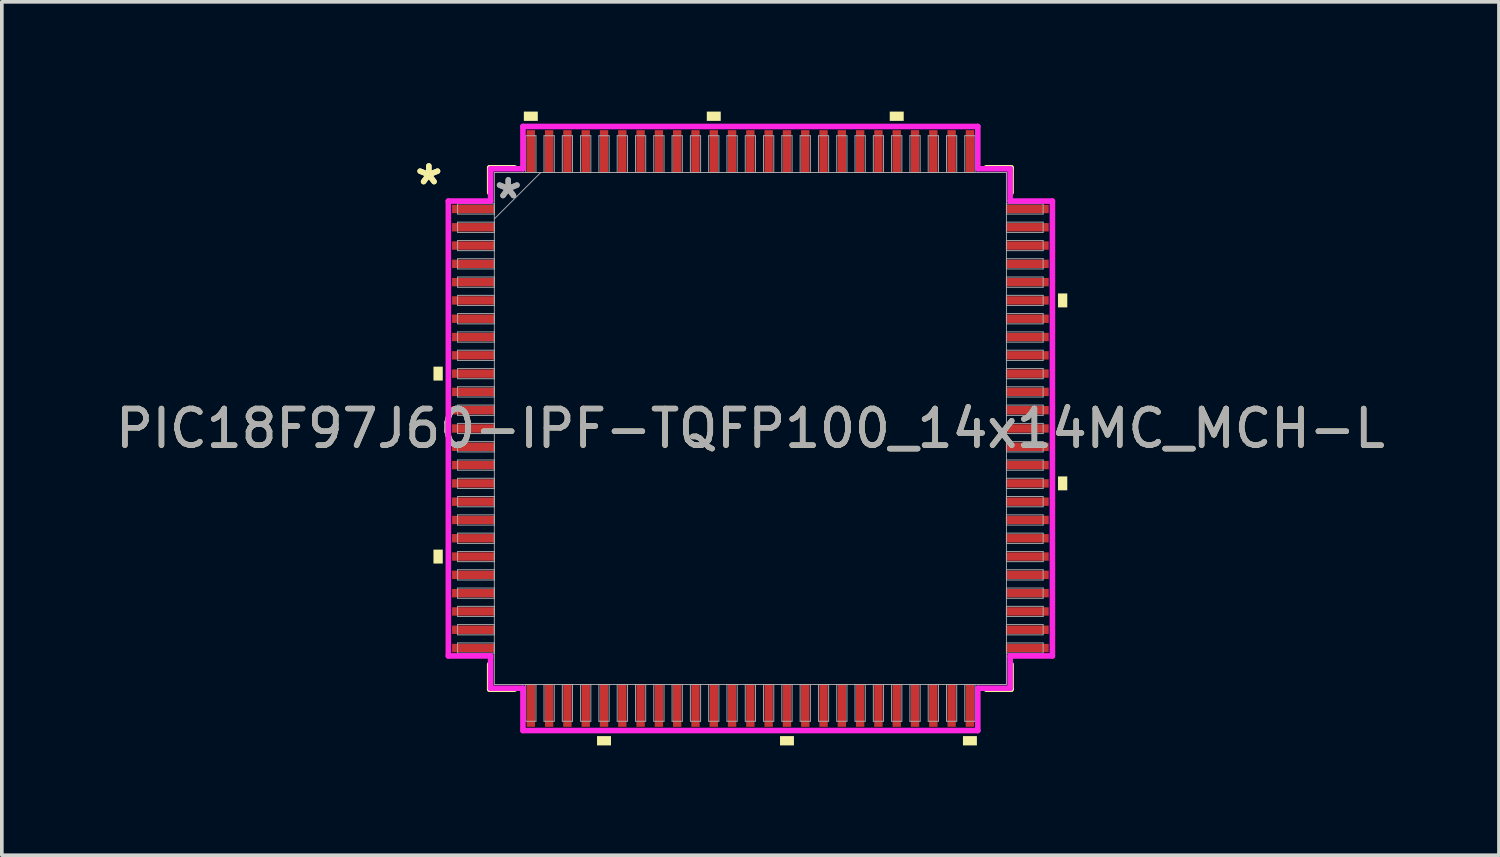
<source format=kicad_pcb>
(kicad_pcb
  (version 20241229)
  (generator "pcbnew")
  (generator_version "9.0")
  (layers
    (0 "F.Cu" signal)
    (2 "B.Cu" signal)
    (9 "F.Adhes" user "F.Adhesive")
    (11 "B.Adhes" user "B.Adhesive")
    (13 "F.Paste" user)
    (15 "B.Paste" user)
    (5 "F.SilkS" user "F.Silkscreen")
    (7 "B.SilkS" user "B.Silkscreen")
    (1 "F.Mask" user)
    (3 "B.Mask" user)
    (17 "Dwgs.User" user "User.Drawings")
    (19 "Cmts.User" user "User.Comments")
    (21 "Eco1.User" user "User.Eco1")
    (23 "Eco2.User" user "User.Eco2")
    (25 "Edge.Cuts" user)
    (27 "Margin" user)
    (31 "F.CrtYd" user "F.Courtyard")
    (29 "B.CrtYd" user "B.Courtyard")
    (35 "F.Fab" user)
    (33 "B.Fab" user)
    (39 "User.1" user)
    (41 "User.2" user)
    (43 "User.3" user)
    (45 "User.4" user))
  (footprint "PIC18F97J60-IPF-TQFP100_14x14MC_MCH-L"
    (layer "F.Cu")
    (at 17.458 8.661)
    (property "Reference" "PIC18F97J60-IPF-TQFP100_14x14MC_MCH-L" (at 0 0 0) (unlocked yes) (layer "F.SilkS") (effects (font (size 1 1) (thickness 0.15))))
    (attr smd)
    (fp_line (start -7.125 -7.125) (end -7.125 -6.447) (stroke (width 0.152) (type solid)) (layer "F.SilkS"))
    (fp_line (start -7.125 6.447) (end -7.125 7.125) (stroke (width 0.152) (type solid)) (layer "F.SilkS"))
    (fp_line (start -7.125 7.125) (end -6.447 7.125) (stroke (width 0.152) (type solid)) (layer "F.SilkS"))
    (fp_line (start -6.447 -7.125) (end -7.125 -7.125) (stroke (width 0.152) (type solid)) (layer "F.SilkS"))
    (fp_line (start 6.447 7.125) (end 7.125 7.125) (stroke (width 0.152) (type solid)) (layer "F.SilkS"))
    (fp_line (start 7.125 -7.125) (end 6.447 -7.125) (stroke (width 0.152) (type solid)) (layer "F.SilkS"))
    (fp_line (start 7.125 -6.447) (end 7.125 -7.125) (stroke (width 0.152) (type solid)) (layer "F.SilkS"))
    (fp_line (start 7.125 7.125) (end 7.125 6.447) (stroke (width 0.152) (type solid)) (layer "F.SilkS"))
    (fp_poly (pts (xy -8.661 -1.69) (xy -8.661 -1.31) (xy -8.407 -1.31) (xy -8.407 -1.69)) (stroke (width 0) (type solid)) (fill yes) (layer "F.SilkS"))
    (fp_poly (pts (xy -8.661 3.31) (xy -8.661 3.691) (xy -8.407 3.691) (xy -8.407 3.31)) (stroke (width 0) (type solid)) (fill yes) (layer "F.SilkS"))
    (fp_poly (pts (xy -6.191 -8.407) (xy -6.191 -8.661) (xy -5.81 -8.661) (xy -5.81 -8.407)) (stroke (width 0) (type solid)) (fill yes) (layer "F.SilkS"))
    (fp_poly (pts (xy -4.191 8.407) (xy -4.191 8.661) (xy -3.809 8.661) (xy -3.809 8.407)) (stroke (width 0) (type solid)) (fill yes) (layer "F.SilkS"))
    (fp_poly (pts (xy -1.191 -8.407) (xy -1.191 -8.661) (xy -0.81 -8.661) (xy -0.81 -8.407)) (stroke (width 0) (type solid)) (fill yes) (layer "F.SilkS"))
    (fp_poly (pts (xy 0.81 8.407) (xy 0.81 8.661) (xy 1.191 8.661) (xy 1.191 8.407)) (stroke (width 0) (type solid)) (fill yes) (layer "F.SilkS"))
    (fp_poly (pts (xy 3.809 -8.407) (xy 3.809 -8.661) (xy 4.191 -8.661) (xy 4.191 -8.407)) (stroke (width 0) (type solid)) (fill yes) (layer "F.SilkS"))
    (fp_poly (pts (xy 5.81 8.407) (xy 5.81 8.661) (xy 6.191 8.661) (xy 6.191 8.407)) (stroke (width 0) (type solid)) (fill yes) (layer "F.SilkS"))
    (fp_poly (pts (xy 8.661 -3.691) (xy 8.661 -3.31) (xy 8.407 -3.31) (xy 8.407 -3.691)) (stroke (width 0) (type solid)) (fill yes) (layer "F.SilkS"))
    (fp_poly (pts (xy 8.661 1.31) (xy 8.661 1.69) (xy 8.407 1.69) (xy 8.407 1.31)) (stroke (width 0) (type solid)) (fill yes) (layer "F.SilkS"))
    (fp_line (start -8.255 -6.216) (end -7.099 -6.216) (stroke (width 0.152) (type solid)) (layer "F.CrtYd"))
    (fp_line (start -8.255 6.216) (end -8.255 -6.216) (stroke (width 0.152) (type solid)) (layer "F.CrtYd"))
    (fp_line (start -7.099 -7.099) (end -6.216 -7.099) (stroke (width 0.152) (type solid)) (layer "F.CrtYd"))
    (fp_line (start -7.099 -6.216) (end -7.099 -7.099) (stroke (width 0.152) (type solid)) (layer "F.CrtYd"))
    (fp_line (start -7.099 6.216) (end -8.255 6.216) (stroke (width 0.152) (type solid)) (layer "F.CrtYd"))
    (fp_line (start -7.099 7.099) (end -7.099 6.216) (stroke (width 0.152) (type solid)) (layer "F.CrtYd"))
    (fp_line (start -7.099 7.099) (end -6.216 7.099) (stroke (width 0.152) (type solid)) (layer "F.CrtYd"))
    (fp_line (start -6.216 -8.255) (end 6.216 -8.255) (stroke (width 0.152) (type solid)) (layer "F.CrtYd"))
    (fp_line (start -6.216 -7.099) (end -6.216 -8.255) (stroke (width 0.152) (type solid)) (layer "F.CrtYd"))
    (fp_line (start -6.216 7.099) (end -6.216 8.255) (stroke (width 0.152) (type solid)) (layer "F.CrtYd"))
    (fp_line (start -6.216 8.255) (end 6.216 8.255) (stroke (width 0.152) (type solid)) (layer "F.CrtYd"))
    (fp_line (start 6.216 -8.255) (end 6.216 -7.099) (stroke (width 0.152) (type solid)) (layer "F.CrtYd"))
    (fp_line (start 6.216 -7.099) (end 7.099 -7.099) (stroke (width 0.152) (type solid)) (layer "F.CrtYd"))
    (fp_line (start 6.216 7.099) (end 7.099 7.099) (stroke (width 0.152) (type solid)) (layer "F.CrtYd"))
    (fp_line (start 6.216 8.255) (end 6.216 7.099) (stroke (width 0.152) (type solid)) (layer "F.CrtYd"))
    (fp_line (start 7.099 -6.216) (end 7.099 -7.099) (stroke (width 0.152) (type solid)) (layer "F.CrtYd"))
    (fp_line (start 7.099 6.216) (end 8.255 6.216) (stroke (width 0.152) (type solid)) (layer "F.CrtYd"))
    (fp_line (start 7.099 7.099) (end 7.099 6.216) (stroke (width 0.152) (type solid)) (layer "F.CrtYd"))
    (fp_line (start 8.255 -6.216) (end 7.099 -6.216) (stroke (width 0.152) (type solid)) (layer "F.CrtYd"))
    (fp_line (start 8.255 6.216) (end 8.255 -6.216) (stroke (width 0.152) (type solid)) (layer "F.CrtYd"))
    (fp_line (start -8.001 -6.14) (end -8.001 -5.86) (stroke (width 0.025) (type solid)) (layer "F.Fab"))
    (fp_line (start -8.001 -5.86) (end -6.998 -5.86) (stroke (width 0.025) (type solid)) (layer "F.Fab"))
    (fp_line (start -8.001 -5.64) (end -8.001 -5.36) (stroke (width 0.025) (type solid)) (layer "F.Fab"))
    (fp_line (start -8.001 -5.36) (end -6.998 -5.36) (stroke (width 0.025) (type solid)) (layer "F.Fab"))
    (fp_line (start -8.001 -5.14) (end -8.001 -4.86) (stroke (width 0.025) (type solid)) (layer "F.Fab"))
    (fp_line (start -8.001 -4.86) (end -6.998 -4.86) (stroke (width 0.025) (type solid)) (layer "F.Fab"))
    (fp_line (start -8.001 -4.64) (end -8.001 -4.36) (stroke (width 0.025) (type solid)) (layer "F.Fab"))
    (fp_line (start -8.001 -4.36) (end -6.998 -4.36) (stroke (width 0.025) (type solid)) (layer "F.Fab"))
    (fp_line (start -8.001 -4.14) (end -8.001 -3.86) (stroke (width 0.025) (type solid)) (layer "F.Fab"))
    (fp_line (start -8.001 -3.86) (end -6.998 -3.86) (stroke (width 0.025) (type solid)) (layer "F.Fab"))
    (fp_line (start -8.001 -3.64) (end -8.001 -3.36) (stroke (width 0.025) (type solid)) (layer "F.Fab"))
    (fp_line (start -8.001 -3.36) (end -6.998 -3.36) (stroke (width 0.025) (type solid)) (layer "F.Fab"))
    (fp_line (start -8.001 -3.14) (end -8.001 -2.86) (stroke (width 0.025) (type solid)) (layer "F.Fab"))
    (fp_line (start -8.001 -2.86) (end -6.998 -2.86) (stroke (width 0.025) (type solid)) (layer "F.Fab"))
    (fp_line (start -8.001 -2.64) (end -8.001 -2.36) (stroke (width 0.025) (type solid)) (layer "F.Fab"))
    (fp_line (start -8.001 -2.36) (end -6.998 -2.36) (stroke (width 0.025) (type solid)) (layer "F.Fab"))
    (fp_line (start -8.001 -2.14) (end -8.001 -1.86) (stroke (width 0.025) (type solid)) (layer "F.Fab"))
    (fp_line (start -8.001 -1.86) (end -6.998 -1.86) (stroke (width 0.025) (type solid)) (layer "F.Fab"))
    (fp_line (start -8.001 -1.64) (end -8.001 -1.36) (stroke (width 0.025) (type solid)) (layer "F.Fab"))
    (fp_line (start -8.001 -1.36) (end -6.998 -1.36) (stroke (width 0.025) (type solid)) (layer "F.Fab"))
    (fp_line (start -8.001 -1.14) (end -8.001 -0.86) (stroke (width 0.025) (type solid)) (layer "F.Fab"))
    (fp_line (start -8.001 -0.86) (end -6.998 -0.86) (stroke (width 0.025) (type solid)) (layer "F.Fab"))
    (fp_line (start -8.001 -0.64) (end -8.001 -0.36) (stroke (width 0.025) (type solid)) (layer "F.Fab"))
    (fp_line (start -8.001 -0.36) (end -6.998 -0.36) (stroke (width 0.025) (type solid)) (layer "F.Fab"))
    (fp_line (start -8.001 -0.14) (end -8.001 0.14) (stroke (width 0.025) (type solid)) (layer "F.Fab"))
    (fp_line (start -8.001 0.14) (end -6.998 0.14) (stroke (width 0.025) (type solid)) (layer "F.Fab"))
    (fp_line (start -8.001 0.36) (end -8.001 0.64) (stroke (width 0.025) (type solid)) (layer "F.Fab"))
    (fp_line (start -8.001 0.64) (end -6.998 0.64) (stroke (width 0.025) (type solid)) (layer "F.Fab"))
    (fp_line (start -8.001 0.86) (end -8.001 1.14) (stroke (width 0.025) (type solid)) (layer "F.Fab"))
    (fp_line (start -8.001 1.14) (end -6.998 1.14) (stroke (width 0.025) (type solid)) (layer "F.Fab"))
    (fp_line (start -8.001 1.36) (end -8.001 1.64) (stroke (width 0.025) (type solid)) (layer "F.Fab"))
    (fp_line (start -8.001 1.64) (end -6.998 1.64) (stroke (width 0.025) (type solid)) (layer "F.Fab"))
    (fp_line (start -8.001 1.86) (end -8.001 2.14) (stroke (width 0.025) (type solid)) (layer "F.Fab"))
    (fp_line (start -8.001 2.14) (end -6.998 2.14) (stroke (width 0.025) (type solid)) (layer "F.Fab"))
    (fp_line (start -8.001 2.36) (end -8.001 2.64) (stroke (width 0.025) (type solid)) (layer "F.Fab"))
    (fp_line (start -8.001 2.64) (end -6.998 2.64) (stroke (width 0.025) (type solid)) (layer "F.Fab"))
    (fp_line (start -8.001 2.86) (end -8.001 3.14) (stroke (width 0.025) (type solid)) (layer "F.Fab"))
    (fp_line (start -8.001 3.14) (end -6.998 3.14) (stroke (width 0.025) (type solid)) (layer "F.Fab"))
    (fp_line (start -8.001 3.36) (end -8.001 3.64) (stroke (width 0.025) (type solid)) (layer "F.Fab"))
    (fp_line (start -8.001 3.64) (end -6.998 3.64) (stroke (width 0.025) (type solid)) (layer "F.Fab"))
    (fp_line (start -8.001 3.86) (end -8.001 4.14) (stroke (width 0.025) (type solid)) (layer "F.Fab"))
    (fp_line (start -8.001 4.14) (end -6.998 4.14) (stroke (width 0.025) (type solid)) (layer "F.Fab"))
    (fp_line (start -8.001 4.36) (end -8.001 4.64) (stroke (width 0.025) (type solid)) (layer "F.Fab"))
    (fp_line (start -8.001 4.64) (end -6.998 4.64) (stroke (width 0.025) (type solid)) (layer "F.Fab"))
    (fp_line (start -8.001 4.86) (end -8.001 5.14) (stroke (width 0.025) (type solid)) (layer "F.Fab"))
    (fp_line (start -8.001 5.14) (end -6.998 5.14) (stroke (width 0.025) (type solid)) (layer "F.Fab"))
    (fp_line (start -8.001 5.36) (end -8.001 5.64) (stroke (width 0.025) (type solid)) (layer "F.Fab"))
    (fp_line (start -8.001 5.64) (end -6.998 5.64) (stroke (width 0.025) (type solid)) (layer "F.Fab"))
    (fp_line (start -8.001 5.86) (end -8.001 6.14) (stroke (width 0.025) (type solid)) (layer "F.Fab"))
    (fp_line (start -8.001 6.14) (end -6.998 6.14) (stroke (width 0.025) (type solid)) (layer "F.Fab"))
    (fp_line (start -6.998 -6.998) (end -6.998 6.998) (stroke (width 0.025) (type solid)) (layer "F.Fab"))
    (fp_line (start -6.998 -6.14) (end -8.001 -6.14) (stroke (width 0.025) (type solid)) (layer "F.Fab"))
    (fp_line (start -6.998 -5.86) (end -6.998 -6.14) (stroke (width 0.025) (type solid)) (layer "F.Fab"))
    (fp_line (start -6.998 -5.728) (end -5.728 -6.998) (stroke (width 0.025) (type solid)) (layer "F.Fab"))
    (fp_line (start -6.998 -5.64) (end -8.001 -5.64) (stroke (width 0.025) (type solid)) (layer "F.Fab"))
    (fp_line (start -6.998 -5.36) (end -6.998 -5.64) (stroke (width 0.025) (type solid)) (layer "F.Fab"))
    (fp_line (start -6.998 -5.14) (end -8.001 -5.14) (stroke (width 0.025) (type solid)) (layer "F.Fab"))
    (fp_line (start -6.998 -4.86) (end -6.998 -5.14) (stroke (width 0.025) (type solid)) (layer "F.Fab"))
    (fp_line (start -6.998 -4.64) (end -8.001 -4.64) (stroke (width 0.025) (type solid)) (layer "F.Fab"))
    (fp_line (start -6.998 -4.36) (end -6.998 -4.64) (stroke (width 0.025) (type solid)) (layer "F.Fab"))
    (fp_line (start -6.998 -4.14) (end -8.001 -4.14) (stroke (width 0.025) (type solid)) (layer "F.Fab"))
    (fp_line (start -6.998 -3.86) (end -6.998 -4.14) (stroke (width 0.025) (type solid)) (layer "F.Fab"))
    (fp_line (start -6.998 -3.64) (end -8.001 -3.64) (stroke (width 0.025) (type solid)) (layer "F.Fab"))
    (fp_line (start -6.998 -3.36) (end -6.998 -3.64) (stroke (width 0.025) (type solid)) (layer "F.Fab"))
    (fp_line (start -6.998 -3.14) (end -8.001 -3.14) (stroke (width 0.025) (type solid)) (layer "F.Fab"))
    (fp_line (start -6.998 -2.86) (end -6.998 -3.14) (stroke (width 0.025) (type solid)) (layer "F.Fab"))
    (fp_line (start -6.998 -2.64) (end -8.001 -2.64) (stroke (width 0.025) (type solid)) (layer "F.Fab"))
    (fp_line (start -6.998 -2.36) (end -6.998 -2.64) (stroke (width 0.025) (type solid)) (layer "F.Fab"))
    (fp_line (start -6.998 -2.14) (end -8.001 -2.14) (stroke (width 0.025) (type solid)) (layer "F.Fab"))
    (fp_line (start -6.998 -1.86) (end -6.998 -2.14) (stroke (width 0.025) (type solid)) (layer "F.Fab"))
    (fp_line (start -6.998 -1.64) (end -8.001 -1.64) (stroke (width 0.025) (type solid)) (layer "F.Fab"))
    (fp_line (start -6.998 -1.36) (end -6.998 -1.64) (stroke (width 0.025) (type solid)) (layer "F.Fab"))
    (fp_line (start -6.998 -1.14) (end -8.001 -1.14) (stroke (width 0.025) (type solid)) (layer "F.Fab"))
    (fp_line (start -6.998 -0.86) (end -6.998 -1.14) (stroke (width 0.025) (type solid)) (layer "F.Fab"))
    (fp_line (start -6.998 -0.64) (end -8.001 -0.64) (stroke (width 0.025) (type solid)) (layer "F.Fab"))
    (fp_line (start -6.998 -0.36) (end -6.998 -0.64) (stroke (width 0.025) (type solid)) (layer "F.Fab"))
    (fp_line (start -6.998 -0.14) (end -8.001 -0.14) (stroke (width 0.025) (type solid)) (layer "F.Fab"))
    (fp_line (start -6.998 0.14) (end -6.998 -0.14) (stroke (width 0.025) (type solid)) (layer "F.Fab"))
    (fp_line (start -6.998 0.36) (end -8.001 0.36) (stroke (width 0.025) (type solid)) (layer "F.Fab"))
    (fp_line (start -6.998 0.64) (end -6.998 0.36) (stroke (width 0.025) (type solid)) (layer "F.Fab"))
    (fp_line (start -6.998 0.86) (end -8.001 0.86) (stroke (width 0.025) (type solid)) (layer "F.Fab"))
    (fp_line (start -6.998 1.14) (end -6.998 0.86) (stroke (width 0.025) (type solid)) (layer "F.Fab"))
    (fp_line (start -6.998 1.36) (end -8.001 1.36) (stroke (width 0.025) (type solid)) (layer "F.Fab"))
    (fp_line (start -6.998 1.64) (end -6.998 1.36) (stroke (width 0.025) (type solid)) (layer "F.Fab"))
    (fp_line (start -6.998 1.86) (end -8.001 1.86) (stroke (width 0.025) (type solid)) (layer "F.Fab"))
    (fp_line (start -6.998 2.14) (end -6.998 1.86) (stroke (width 0.025) (type solid)) (layer "F.Fab"))
    (fp_line (start -6.998 2.36) (end -8.001 2.36) (stroke (width 0.025) (type solid)) (layer "F.Fab"))
    (fp_line (start -6.998 2.64) (end -6.998 2.36) (stroke (width 0.025) (type solid)) (layer "F.Fab"))
    (fp_line (start -6.998 2.86) (end -8.001 2.86) (stroke (width 0.025) (type solid)) (layer "F.Fab"))
    (fp_line (start -6.998 3.14) (end -6.998 2.86) (stroke (width 0.025) (type solid)) (layer "F.Fab"))
    (fp_line (start -6.998 3.36) (end -8.001 3.36) (stroke (width 0.025) (type solid)) (layer "F.Fab"))
    (fp_line (start -6.998 3.64) (end -6.998 3.36) (stroke (width 0.025) (type solid)) (layer "F.Fab"))
    (fp_line (start -6.998 3.86) (end -8.001 3.86) (stroke (width 0.025) (type solid)) (layer "F.Fab"))
    (fp_line (start -6.998 4.14) (end -6.998 3.86) (stroke (width 0.025) (type solid)) (layer "F.Fab"))
    (fp_line (start -6.998 4.36) (end -8.001 4.36) (stroke (width 0.025) (type solid)) (layer "F.Fab"))
    (fp_line (start -6.998 4.64) (end -6.998 4.36) (stroke (width 0.025) (type solid)) (layer "F.Fab"))
    (fp_line (start -6.998 4.86) (end -8.001 4.86) (stroke (width 0.025) (type solid)) (layer "F.Fab"))
    (fp_line (start -6.998 5.14) (end -6.998 4.86) (stroke (width 0.025) (type solid)) (layer "F.Fab"))
    (fp_line (start -6.998 5.36) (end -8.001 5.36) (stroke (width 0.025) (type solid)) (layer "F.Fab"))
    (fp_line (start -6.998 5.64) (end -6.998 5.36) (stroke (width 0.025) (type solid)) (layer "F.Fab"))
    (fp_line (start -6.998 5.86) (end -8.001 5.86) (stroke (width 0.025) (type solid)) (layer "F.Fab"))
    (fp_line (start -6.998 6.14) (end -6.998 5.86) (stroke (width 0.025) (type solid)) (layer "F.Fab"))
    (fp_line (start -6.998 6.998) (end 6.998 6.998) (stroke (width 0.025) (type solid)) (layer "F.Fab"))
    (fp_line (start -6.14 -8.001) (end -6.14 -6.998) (stroke (width 0.025) (type solid)) (layer "F.Fab"))
    (fp_line (start -6.14 -6.998) (end -5.86 -6.998) (stroke (width 0.025) (type solid)) (layer "F.Fab"))
    (fp_line (start -6.14 6.998) (end -6.14 8.001) (stroke (width 0.025) (type solid)) (layer "F.Fab"))
    (fp_line (start -6.14 8.001) (end -5.86 8.001) (stroke (width 0.025) (type solid)) (layer "F.Fab"))
    (fp_line (start -5.86 -8.001) (end -6.14 -8.001) (stroke (width 0.025) (type solid)) (layer "F.Fab"))
    (fp_line (start -5.86 -6.998) (end -5.86 -8.001) (stroke (width 0.025) (type solid)) (layer "F.Fab"))
    (fp_line (start -5.86 6.998) (end -6.14 6.998) (stroke (width 0.025) (type solid)) (layer "F.Fab"))
    (fp_line (start -5.86 8.001) (end -5.86 6.998) (stroke (width 0.025) (type solid)) (layer "F.Fab"))
    (fp_line (start -5.64 -8.001) (end -5.64 -6.998) (stroke (width 0.025) (type solid)) (layer "F.Fab"))
    (fp_line (start -5.64 -6.998) (end -5.36 -6.998) (stroke (width 0.025) (type solid)) (layer "F.Fab"))
    (fp_line (start -5.64 6.998) (end -5.64 8.001) (stroke (width 0.025) (type solid)) (layer "F.Fab"))
    (fp_line (start -5.64 8.001) (end -5.36 8.001) (stroke (width 0.025) (type solid)) (layer "F.Fab"))
    (fp_line (start -5.36 -8.001) (end -5.64 -8.001) (stroke (width 0.025) (type solid)) (layer "F.Fab"))
    (fp_line (start -5.36 -6.998) (end -5.36 -8.001) (stroke (width 0.025) (type solid)) (layer "F.Fab"))
    (fp_line (start -5.36 6.998) (end -5.64 6.998) (stroke (width 0.025) (type solid)) (layer "F.Fab"))
    (fp_line (start -5.36 8.001) (end -5.36 6.998) (stroke (width 0.025) (type solid)) (layer "F.Fab"))
    (fp_line (start -5.14 -8.001) (end -5.14 -6.998) (stroke (width 0.025) (type solid)) (layer "F.Fab"))
    (fp_line (start -5.14 -6.998) (end -4.86 -6.998) (stroke (width 0.025) (type solid)) (layer "F.Fab"))
    (fp_line (start -5.14 6.998) (end -5.14 8.001) (stroke (width 0.025) (type solid)) (layer "F.Fab"))
    (fp_line (start -5.14 8.001) (end -4.86 8.001) (stroke (width 0.025) (type solid)) (layer "F.Fab"))
    (fp_line (start -4.86 -8.001) (end -5.14 -8.001) (stroke (width 0.025) (type solid)) (layer "F.Fab"))
    (fp_line (start -4.86 -6.998) (end -4.86 -8.001) (stroke (width 0.025) (type solid)) (layer "F.Fab"))
    (fp_line (start -4.86 6.998) (end -5.14 6.998) (stroke (width 0.025) (type solid)) (layer "F.Fab"))
    (fp_line (start -4.86 8.001) (end -4.86 6.998) (stroke (width 0.025) (type solid)) (layer "F.Fab"))
    (fp_line (start -4.64 -8.001) (end -4.64 -6.998) (stroke (width 0.025) (type solid)) (layer "F.Fab"))
    (fp_line (start -4.64 -6.998) (end -4.36 -6.998) (stroke (width 0.025) (type solid)) (layer "F.Fab"))
    (fp_line (start -4.64 6.998) (end -4.64 8.001) (stroke (width 0.025) (type solid)) (layer "F.Fab"))
    (fp_line (start -4.64 8.001) (end -4.36 8.001) (stroke (width 0.025) (type solid)) (layer "F.Fab"))
    (fp_line (start -4.36 -8.001) (end -4.64 -8.001) (stroke (width 0.025) (type solid)) (layer "F.Fab"))
    (fp_line (start -4.36 -6.998) (end -4.36 -8.001) (stroke (width 0.025) (type solid)) (layer "F.Fab"))
    (fp_line (start -4.36 6.998) (end -4.64 6.998) (stroke (width 0.025) (type solid)) (layer "F.Fab"))
    (fp_line (start -4.36 8.001) (end -4.36 6.998) (stroke (width 0.025) (type solid)) (layer "F.Fab"))
    (fp_line (start -4.14 -8.001) (end -4.14 -6.998) (stroke (width 0.025) (type solid)) (layer "F.Fab"))
    (fp_line (start -4.14 -6.998) (end -3.86 -6.998) (stroke (width 0.025) (type solid)) (layer "F.Fab"))
    (fp_line (start -4.14 6.998) (end -4.14 8.001) (stroke (width 0.025) (type solid)) (layer "F.Fab"))
    (fp_line (start -4.14 8.001) (end -3.86 8.001) (stroke (width 0.025) (type solid)) (layer "F.Fab"))
    (fp_line (start -3.86 -8.001) (end -4.14 -8.001) (stroke (width 0.025) (type solid)) (layer "F.Fab"))
    (fp_line (start -3.86 -6.998) (end -3.86 -8.001) (stroke (width 0.025) (type solid)) (layer "F.Fab"))
    (fp_line (start -3.86 6.998) (end -4.14 6.998) (stroke (width 0.025) (type solid)) (layer "F.Fab"))
    (fp_line (start -3.86 8.001) (end -3.86 6.998) (stroke (width 0.025) (type solid)) (layer "F.Fab"))
    (fp_line (start -3.64 -8.001) (end -3.64 -6.998) (stroke (width 0.025) (type solid)) (layer "F.Fab"))
    (fp_line (start -3.64 -6.998) (end -3.36 -6.998) (stroke (width 0.025) (type solid)) (layer "F.Fab"))
    (fp_line (start -3.64 6.998) (end -3.64 8.001) (stroke (width 0.025) (type solid)) (layer "F.Fab"))
    (fp_line (start -3.64 8.001) (end -3.36 8.001) (stroke (width 0.025) (type solid)) (layer "F.Fab"))
    (fp_line (start -3.36 -8.001) (end -3.64 -8.001) (stroke (width 0.025) (type solid)) (layer "F.Fab"))
    (fp_line (start -3.36 -6.998) (end -3.36 -8.001) (stroke (width 0.025) (type solid)) (layer "F.Fab"))
    (fp_line (start -3.36 6.998) (end -3.64 6.998) (stroke (width 0.025) (type solid)) (layer "F.Fab"))
    (fp_line (start -3.36 8.001) (end -3.36 6.998) (stroke (width 0.025) (type solid)) (layer "F.Fab"))
    (fp_line (start -3.14 -8.001) (end -3.14 -6.998) (stroke (width 0.025) (type solid)) (layer "F.Fab"))
    (fp_line (start -3.14 -6.998) (end -2.86 -6.998) (stroke (width 0.025) (type solid)) (layer "F.Fab"))
    (fp_line (start -3.14 6.998) (end -3.14 8.001) (stroke (width 0.025) (type solid)) (layer "F.Fab"))
    (fp_line (start -3.14 8.001) (end -2.86 8.001) (stroke (width 0.025) (type solid)) (layer "F.Fab"))
    (fp_line (start -2.86 -8.001) (end -3.14 -8.001) (stroke (width 0.025) (type solid)) (layer "F.Fab"))
    (fp_line (start -2.86 -6.998) (end -2.86 -8.001) (stroke (width 0.025) (type solid)) (layer "F.Fab"))
    (fp_line (start -2.86 6.998) (end -3.14 6.998) (stroke (width 0.025) (type solid)) (layer "F.Fab"))
    (fp_line (start -2.86 8.001) (end -2.86 6.998) (stroke (width 0.025) (type solid)) (layer "F.Fab"))
    (fp_line (start -2.64 -8.001) (end -2.64 -6.998) (stroke (width 0.025) (type solid)) (layer "F.Fab"))
    (fp_line (start -2.64 -6.998) (end -2.36 -6.998) (stroke (width 0.025) (type solid)) (layer "F.Fab"))
    (fp_line (start -2.64 6.998) (end -2.64 8.001) (stroke (width 0.025) (type solid)) (layer "F.Fab"))
    (fp_line (start -2.64 8.001) (end -2.36 8.001) (stroke (width 0.025) (type solid)) (layer "F.Fab"))
    (fp_line (start -2.36 -8.001) (end -2.64 -8.001) (stroke (width 0.025) (type solid)) (layer "F.Fab"))
    (fp_line (start -2.36 -6.998) (end -2.36 -8.001) (stroke (width 0.025) (type solid)) (layer "F.Fab"))
    (fp_line (start -2.36 6.998) (end -2.64 6.998) (stroke (width 0.025) (type solid)) (layer "F.Fab"))
    (fp_line (start -2.36 8.001) (end -2.36 6.998) (stroke (width 0.025) (type solid)) (layer "F.Fab"))
    (fp_line (start -2.14 -8.001) (end -2.14 -6.998) (stroke (width 0.025) (type solid)) (layer "F.Fab"))
    (fp_line (start -2.14 -6.998) (end -1.86 -6.998) (stroke (width 0.025) (type solid)) (layer "F.Fab"))
    (fp_line (start -2.14 6.998) (end -2.14 8.001) (stroke (width 0.025) (type solid)) (layer "F.Fab"))
    (fp_line (start -2.14 8.001) (end -1.86 8.001) (stroke (width 0.025) (type solid)) (layer "F.Fab"))
    (fp_line (start -1.86 -8.001) (end -2.14 -8.001) (stroke (width 0.025) (type solid)) (layer "F.Fab"))
    (fp_line (start -1.86 -6.998) (end -1.86 -8.001) (stroke (width 0.025) (type solid)) (layer "F.Fab"))
    (fp_line (start -1.86 6.998) (end -2.14 6.998) (stroke (width 0.025) (type solid)) (layer "F.Fab"))
    (fp_line (start -1.86 8.001) (end -1.86 6.998) (stroke (width 0.025) (type solid)) (layer "F.Fab"))
    (fp_line (start -1.64 -8.001) (end -1.64 -6.998) (stroke (width 0.025) (type solid)) (layer "F.Fab"))
    (fp_line (start -1.64 -6.998) (end -1.36 -6.998) (stroke (width 0.025) (type solid)) (layer "F.Fab"))
    (fp_line (start -1.64 6.998) (end -1.64 8.001) (stroke (width 0.025) (type solid)) (layer "F.Fab"))
    (fp_line (start -1.64 8.001) (end -1.36 8.001) (stroke (width 0.025) (type solid)) (layer "F.Fab"))
    (fp_line (start -1.36 -8.001) (end -1.64 -8.001) (stroke (width 0.025) (type solid)) (layer "F.Fab"))
    (fp_line (start -1.36 -6.998) (end -1.36 -8.001) (stroke (width 0.025) (type solid)) (layer "F.Fab"))
    (fp_line (start -1.36 6.998) (end -1.64 6.998) (stroke (width 0.025) (type solid)) (layer "F.Fab"))
    (fp_line (start -1.36 8.001) (end -1.36 6.998) (stroke (width 0.025) (type solid)) (layer "F.Fab"))
    (fp_line (start -1.14 -8.001) (end -1.14 -6.998) (stroke (width 0.025) (type solid)) (layer "F.Fab"))
    (fp_line (start -1.14 -6.998) (end -0.86 -6.998) (stroke (width 0.025) (type solid)) (layer "F.Fab"))
    (fp_line (start -1.14 6.998) (end -1.14 8.001) (stroke (width 0.025) (type solid)) (layer "F.Fab"))
    (fp_line (start -1.14 8.001) (end -0.86 8.001) (stroke (width 0.025) (type solid)) (layer "F.Fab"))
    (fp_line (start -0.86 -8.001) (end -1.14 -8.001) (stroke (width 0.025) (type solid)) (layer "F.Fab"))
    (fp_line (start -0.86 -6.998) (end -0.86 -8.001) (stroke (width 0.025) (type solid)) (layer "F.Fab"))
    (fp_line (start -0.86 6.998) (end -1.14 6.998) (stroke (width 0.025) (type solid)) (layer "F.Fab"))
    (fp_line (start -0.86 8.001) (end -0.86 6.998) (stroke (width 0.025) (type solid)) (layer "F.Fab"))
    (fp_line (start -0.64 -8.001) (end -0.64 -6.998) (stroke (width 0.025) (type solid)) (layer "F.Fab"))
    (fp_line (start -0.64 -6.998) (end -0.36 -6.998) (stroke (width 0.025) (type solid)) (layer "F.Fab"))
    (fp_line (start -0.64 6.998) (end -0.64 8.001) (stroke (width 0.025) (type solid)) (layer "F.Fab"))
    (fp_line (start -0.64 8.001) (end -0.36 8.001) (stroke (width 0.025) (type solid)) (layer "F.Fab"))
    (fp_line (start -0.36 -8.001) (end -0.64 -8.001) (stroke (width 0.025) (type solid)) (layer "F.Fab"))
    (fp_line (start -0.36 -6.998) (end -0.36 -8.001) (stroke (width 0.025) (type solid)) (layer "F.Fab"))
    (fp_line (start -0.36 6.998) (end -0.64 6.998) (stroke (width 0.025) (type solid)) (layer "F.Fab"))
    (fp_line (start -0.36 8.001) (end -0.36 6.998) (stroke (width 0.025) (type solid)) (layer "F.Fab"))
    (fp_line (start -0.14 -8.001) (end -0.14 -6.998) (stroke (width 0.025) (type solid)) (layer "F.Fab"))
    (fp_line (start -0.14 -6.998) (end 0.14 -6.998) (stroke (width 0.025) (type solid)) (layer "F.Fab"))
    (fp_line (start -0.14 6.998) (end -0.14 8.001) (stroke (width 0.025) (type solid)) (layer "F.Fab"))
    (fp_line (start -0.14 8.001) (end 0.14 8.001) (stroke (width 0.025) (type solid)) (layer "F.Fab"))
    (fp_line (start 0.14 -8.001) (end -0.14 -8.001) (stroke (width 0.025) (type solid)) (layer "F.Fab"))
    (fp_line (start 0.14 -6.998) (end 0.14 -8.001) (stroke (width 0.025) (type solid)) (layer "F.Fab"))
    (fp_line (start 0.14 6.998) (end -0.14 6.998) (stroke (width 0.025) (type solid)) (layer "F.Fab"))
    (fp_line (start 0.14 8.001) (end 0.14 6.998) (stroke (width 0.025) (type solid)) (layer "F.Fab"))
    (fp_line (start 0.36 -8.001) (end 0.36 -6.998) (stroke (width 0.025) (type solid)) (layer "F.Fab"))
    (fp_line (start 0.36 -6.998) (end 0.64 -6.998) (stroke (width 0.025) (type solid)) (layer "F.Fab"))
    (fp_line (start 0.36 6.998) (end 0.36 8.001) (stroke (width 0.025) (type solid)) (layer "F.Fab"))
    (fp_line (start 0.36 8.001) (end 0.64 8.001) (stroke (width 0.025) (type solid)) (layer "F.Fab"))
    (fp_line (start 0.64 -8.001) (end 0.36 -8.001) (stroke (width 0.025) (type solid)) (layer "F.Fab"))
    (fp_line (start 0.64 -6.998) (end 0.64 -8.001) (stroke (width 0.025) (type solid)) (layer "F.Fab"))
    (fp_line (start 0.64 6.998) (end 0.36 6.998) (stroke (width 0.025) (type solid)) (layer "F.Fab"))
    (fp_line (start 0.64 8.001) (end 0.64 6.998) (stroke (width 0.025) (type solid)) (layer "F.Fab"))
    (fp_line (start 0.86 -8.001) (end 0.86 -6.998) (stroke (width 0.025) (type solid)) (layer "F.Fab"))
    (fp_line (start 0.86 -6.998) (end 1.14 -6.998) (stroke (width 0.025) (type solid)) (layer "F.Fab"))
    (fp_line (start 0.86 6.998) (end 0.86 8.001) (stroke (width 0.025) (type solid)) (layer "F.Fab"))
    (fp_line (start 0.86 8.001) (end 1.14 8.001) (stroke (width 0.025) (type solid)) (layer "F.Fab"))
    (fp_line (start 1.14 -8.001) (end 0.86 -8.001) (stroke (width 0.025) (type solid)) (layer "F.Fab"))
    (fp_line (start 1.14 -6.998) (end 1.14 -8.001) (stroke (width 0.025) (type solid)) (layer "F.Fab"))
    (fp_line (start 1.14 6.998) (end 0.86 6.998) (stroke (width 0.025) (type solid)) (layer "F.Fab"))
    (fp_line (start 1.14 8.001) (end 1.14 6.998) (stroke (width 0.025) (type solid)) (layer "F.Fab"))
    (fp_line (start 1.36 -8.001) (end 1.36 -6.998) (stroke (width 0.025) (type solid)) (layer "F.Fab"))
    (fp_line (start 1.36 -6.998) (end 1.64 -6.998) (stroke (width 0.025) (type solid)) (layer "F.Fab"))
    (fp_line (start 1.36 6.998) (end 1.36 8.001) (stroke (width 0.025) (type solid)) (layer "F.Fab"))
    (fp_line (start 1.36 8.001) (end 1.64 8.001) (stroke (width 0.025) (type solid)) (layer "F.Fab"))
    (fp_line (start 1.64 -8.001) (end 1.36 -8.001) (stroke (width 0.025) (type solid)) (layer "F.Fab"))
    (fp_line (start 1.64 -6.998) (end 1.64 -8.001) (stroke (width 0.025) (type solid)) (layer "F.Fab"))
    (fp_line (start 1.64 6.998) (end 1.36 6.998) (stroke (width 0.025) (type solid)) (layer "F.Fab"))
    (fp_line (start 1.64 8.001) (end 1.64 6.998) (stroke (width 0.025) (type solid)) (layer "F.Fab"))
    (fp_line (start 1.86 -8.001) (end 1.86 -6.998) (stroke (width 0.025) (type solid)) (layer "F.Fab"))
    (fp_line (start 1.86 -6.998) (end 2.14 -6.998) (stroke (width 0.025) (type solid)) (layer "F.Fab"))
    (fp_line (start 1.86 6.998) (end 1.86 8.001) (stroke (width 0.025) (type solid)) (layer "F.Fab"))
    (fp_line (start 1.86 8.001) (end 2.14 8.001) (stroke (width 0.025) (type solid)) (layer "F.Fab"))
    (fp_line (start 2.14 -8.001) (end 1.86 -8.001) (stroke (width 0.025) (type solid)) (layer "F.Fab"))
    (fp_line (start 2.14 -6.998) (end 2.14 -8.001) (stroke (width 0.025) (type solid)) (layer "F.Fab"))
    (fp_line (start 2.14 6.998) (end 1.86 6.998) (stroke (width 0.025) (type solid)) (layer "F.Fab"))
    (fp_line (start 2.14 8.001) (end 2.14 6.998) (stroke (width 0.025) (type solid)) (layer "F.Fab"))
    (fp_line (start 2.36 -8.001) (end 2.36 -6.998) (stroke (width 0.025) (type solid)) (layer "F.Fab"))
    (fp_line (start 2.36 -6.998) (end 2.64 -6.998) (stroke (width 0.025) (type solid)) (layer "F.Fab"))
    (fp_line (start 2.36 6.998) (end 2.36 8.001) (stroke (width 0.025) (type solid)) (layer "F.Fab"))
    (fp_line (start 2.36 8.001) (end 2.64 8.001) (stroke (width 0.025) (type solid)) (layer "F.Fab"))
    (fp_line (start 2.64 -8.001) (end 2.36 -8.001) (stroke (width 0.025) (type solid)) (layer "F.Fab"))
    (fp_line (start 2.64 -6.998) (end 2.64 -8.001) (stroke (width 0.025) (type solid)) (layer "F.Fab"))
    (fp_line (start 2.64 6.998) (end 2.36 6.998) (stroke (width 0.025) (type solid)) (layer "F.Fab"))
    (fp_line (start 2.64 8.001) (end 2.64 6.998) (stroke (width 0.025) (type solid)) (layer "F.Fab"))
    (fp_line (start 2.86 -8.001) (end 2.86 -6.998) (stroke (width 0.025) (type solid)) (layer "F.Fab"))
    (fp_line (start 2.86 -6.998) (end 3.14 -6.998) (stroke (width 0.025) (type solid)) (layer "F.Fab"))
    (fp_line (start 2.86 6.998) (end 2.86 8.001) (stroke (width 0.025) (type solid)) (layer "F.Fab"))
    (fp_line (start 2.86 8.001) (end 3.14 8.001) (stroke (width 0.025) (type solid)) (layer "F.Fab"))
    (fp_line (start 3.14 -8.001) (end 2.86 -8.001) (stroke (width 0.025) (type solid)) (layer "F.Fab"))
    (fp_line (start 3.14 -6.998) (end 3.14 -8.001) (stroke (width 0.025) (type solid)) (layer "F.Fab"))
    (fp_line (start 3.14 6.998) (end 2.86 6.998) (stroke (width 0.025) (type solid)) (layer "F.Fab"))
    (fp_line (start 3.14 8.001) (end 3.14 6.998) (stroke (width 0.025) (type solid)) (layer "F.Fab"))
    (fp_line (start 3.36 -8.001) (end 3.36 -6.998) (stroke (width 0.025) (type solid)) (layer "F.Fab"))
    (fp_line (start 3.36 -6.998) (end 3.64 -6.998) (stroke (width 0.025) (type solid)) (layer "F.Fab"))
    (fp_line (start 3.36 6.998) (end 3.36 8.001) (stroke (width 0.025) (type solid)) (layer "F.Fab"))
    (fp_line (start 3.36 8.001) (end 3.64 8.001) (stroke (width 0.025) (type solid)) (layer "F.Fab"))
    (fp_line (start 3.64 -8.001) (end 3.36 -8.001) (stroke (width 0.025) (type solid)) (layer "F.Fab"))
    (fp_line (start 3.64 -6.998) (end 3.64 -8.001) (stroke (width 0.025) (type solid)) (layer "F.Fab"))
    (fp_line (start 3.64 6.998) (end 3.36 6.998) (stroke (width 0.025) (type solid)) (layer "F.Fab"))
    (fp_line (start 3.64 8.001) (end 3.64 6.998) (stroke (width 0.025) (type solid)) (layer "F.Fab"))
    (fp_line (start 3.86 -8.001) (end 3.86 -6.998) (stroke (width 0.025) (type solid)) (layer "F.Fab"))
    (fp_line (start 3.86 -6.998) (end 4.14 -6.998) (stroke (width 0.025) (type solid)) (layer "F.Fab"))
    (fp_line (start 3.86 6.998) (end 3.86 8.001) (stroke (width 0.025) (type solid)) (layer "F.Fab"))
    (fp_line (start 3.86 8.001) (end 4.14 8.001) (stroke (width 0.025) (type solid)) (layer "F.Fab"))
    (fp_line (start 4.14 -8.001) (end 3.86 -8.001) (stroke (width 0.025) (type solid)) (layer "F.Fab"))
    (fp_line (start 4.14 -6.998) (end 4.14 -8.001) (stroke (width 0.025) (type solid)) (layer "F.Fab"))
    (fp_line (start 4.14 6.998) (end 3.86 6.998) (stroke (width 0.025) (type solid)) (layer "F.Fab"))
    (fp_line (start 4.14 8.001) (end 4.14 6.998) (stroke (width 0.025) (type solid)) (layer "F.Fab"))
    (fp_line (start 4.36 -8.001) (end 4.36 -6.998) (stroke (width 0.025) (type solid)) (layer "F.Fab"))
    (fp_line (start 4.36 -6.998) (end 4.64 -6.998) (stroke (width 0.025) (type solid)) (layer "F.Fab"))
    (fp_line (start 4.36 6.998) (end 4.36 8.001) (stroke (width 0.025) (type solid)) (layer "F.Fab"))
    (fp_line (start 4.36 8.001) (end 4.64 8.001) (stroke (width 0.025) (type solid)) (layer "F.Fab"))
    (fp_line (start 4.64 -8.001) (end 4.36 -8.001) (stroke (width 0.025) (type solid)) (layer "F.Fab"))
    (fp_line (start 4.64 -6.998) (end 4.64 -8.001) (stroke (width 0.025) (type solid)) (layer "F.Fab"))
    (fp_line (start 4.64 6.998) (end 4.36 6.998) (stroke (width 0.025) (type solid)) (layer "F.Fab"))
    (fp_line (start 4.64 8.001) (end 4.64 6.998) (stroke (width 0.025) (type solid)) (layer "F.Fab"))
    (fp_line (start 4.86 -8.001) (end 4.86 -6.998) (stroke (width 0.025) (type solid)) (layer "F.Fab"))
    (fp_line (start 4.86 -6.998) (end 5.14 -6.998) (stroke (width 0.025) (type solid)) (layer "F.Fab"))
    (fp_line (start 4.86 6.998) (end 4.86 8.001) (stroke (width 0.025) (type solid)) (layer "F.Fab"))
    (fp_line (start 4.86 8.001) (end 5.14 8.001) (stroke (width 0.025) (type solid)) (layer "F.Fab"))
    (fp_line (start 5.14 -8.001) (end 4.86 -8.001) (stroke (width 0.025) (type solid)) (layer "F.Fab"))
    (fp_line (start 5.14 -6.998) (end 5.14 -8.001) (stroke (width 0.025) (type solid)) (layer "F.Fab"))
    (fp_line (start 5.14 6.998) (end 4.86 6.998) (stroke (width 0.025) (type solid)) (layer "F.Fab"))
    (fp_line (start 5.14 8.001) (end 5.14 6.998) (stroke (width 0.025) (type solid)) (layer "F.Fab"))
    (fp_line (start 5.36 -8.001) (end 5.36 -6.998) (stroke (width 0.025) (type solid)) (layer "F.Fab"))
    (fp_line (start 5.36 -6.998) (end 5.64 -6.998) (stroke (width 0.025) (type solid)) (layer "F.Fab"))
    (fp_line (start 5.36 6.998) (end 5.36 8.001) (stroke (width 0.025) (type solid)) (layer "F.Fab"))
    (fp_line (start 5.36 8.001) (end 5.64 8.001) (stroke (width 0.025) (type solid)) (layer "F.Fab"))
    (fp_line (start 5.64 -8.001) (end 5.36 -8.001) (stroke (width 0.025) (type solid)) (layer "F.Fab"))
    (fp_line (start 5.64 -6.998) (end 5.64 -8.001) (stroke (width 0.025) (type solid)) (layer "F.Fab"))
    (fp_line (start 5.64 6.998) (end 5.36 6.998) (stroke (width 0.025) (type solid)) (layer "F.Fab"))
    (fp_line (start 5.64 8.001) (end 5.64 6.998) (stroke (width 0.025) (type solid)) (layer "F.Fab"))
    (fp_line (start 5.86 -8.001) (end 5.86 -6.998) (stroke (width 0.025) (type solid)) (layer "F.Fab"))
    (fp_line (start 5.86 -6.998) (end 6.14 -6.998) (stroke (width 0.025) (type solid)) (layer "F.Fab"))
    (fp_line (start 5.86 6.998) (end 5.86 8.001) (stroke (width 0.025) (type solid)) (layer "F.Fab"))
    (fp_line (start 5.86 8.001) (end 6.14 8.001) (stroke (width 0.025) (type solid)) (layer "F.Fab"))
    (fp_line (start 6.14 -8.001) (end 5.86 -8.001) (stroke (width 0.025) (type solid)) (layer "F.Fab"))
    (fp_line (start 6.14 -6.998) (end 6.14 -8.001) (stroke (width 0.025) (type solid)) (layer "F.Fab"))
    (fp_line (start 6.14 6.998) (end 5.86 6.998) (stroke (width 0.025) (type solid)) (layer "F.Fab"))
    (fp_line (start 6.14 8.001) (end 6.14 6.998) (stroke (width 0.025) (type solid)) (layer "F.Fab"))
    (fp_line (start 6.998 -6.998) (end -6.998 -6.998) (stroke (width 0.025) (type solid)) (layer "F.Fab"))
    (fp_line (start 6.998 -6.14) (end 6.998 -5.86) (stroke (width 0.025) (type solid)) (layer "F.Fab"))
    (fp_line (start 6.998 -5.86) (end 8.001 -5.86) (stroke (width 0.025) (type solid)) (layer "F.Fab"))
    (fp_line (start 6.998 -5.64) (end 6.998 -5.36) (stroke (width 0.025) (type solid)) (layer "F.Fab"))
    (fp_line (start 6.998 -5.36) (end 8.001 -5.36) (stroke (width 0.025) (type solid)) (layer "F.Fab"))
    (fp_line (start 6.998 -5.14) (end 6.998 -4.86) (stroke (width 0.025) (type solid)) (layer "F.Fab"))
    (fp_line (start 6.998 -4.86) (end 8.001 -4.86) (stroke (width 0.025) (type solid)) (layer "F.Fab"))
    (fp_line (start 6.998 -4.64) (end 6.998 -4.36) (stroke (width 0.025) (type solid)) (layer "F.Fab"))
    (fp_line (start 6.998 -4.36) (end 8.001 -4.36) (stroke (width 0.025) (type solid)) (layer "F.Fab"))
    (fp_line (start 6.998 -4.14) (end 6.998 -3.86) (stroke (width 0.025) (type solid)) (layer "F.Fab"))
    (fp_line (start 6.998 -3.86) (end 8.001 -3.86) (stroke (width 0.025) (type solid)) (layer "F.Fab"))
    (fp_line (start 6.998 -3.64) (end 6.998 -3.36) (stroke (width 0.025) (type solid)) (layer "F.Fab"))
    (fp_line (start 6.998 -3.36) (end 8.001 -3.36) (stroke (width 0.025) (type solid)) (layer "F.Fab"))
    (fp_line (start 6.998 -3.14) (end 6.998 -2.86) (stroke (width 0.025) (type solid)) (layer "F.Fab"))
    (fp_line (start 6.998 -2.86) (end 8.001 -2.86) (stroke (width 0.025) (type solid)) (layer "F.Fab"))
    (fp_line (start 6.998 -2.64) (end 6.998 -2.36) (stroke (width 0.025) (type solid)) (layer "F.Fab"))
    (fp_line (start 6.998 -2.36) (end 8.001 -2.36) (stroke (width 0.025) (type solid)) (layer "F.Fab"))
    (fp_line (start 6.998 -2.14) (end 6.998 -1.86) (stroke (width 0.025) (type solid)) (layer "F.Fab"))
    (fp_line (start 6.998 -1.86) (end 8.001 -1.86) (stroke (width 0.025) (type solid)) (layer "F.Fab"))
    (fp_line (start 6.998 -1.64) (end 6.998 -1.36) (stroke (width 0.025) (type solid)) (layer "F.Fab"))
    (fp_line (start 6.998 -1.36) (end 8.001 -1.36) (stroke (width 0.025) (type solid)) (layer "F.Fab"))
    (fp_line (start 6.998 -1.14) (end 6.998 -0.86) (stroke (width 0.025) (type solid)) (layer "F.Fab"))
    (fp_line (start 6.998 -0.86) (end 8.001 -0.86) (stroke (width 0.025) (type solid)) (layer "F.Fab"))
    (fp_line (start 6.998 -0.64) (end 6.998 -0.36) (stroke (width 0.025) (type solid)) (layer "F.Fab"))
    (fp_line (start 6.998 -0.36) (end 8.001 -0.36) (stroke (width 0.025) (type solid)) (layer "F.Fab"))
    (fp_line (start 6.998 -0.14) (end 6.998 0.14) (stroke (width 0.025) (type solid)) (layer "F.Fab"))
    (fp_line (start 6.998 0.14) (end 8.001 0.14) (stroke (width 0.025) (type solid)) (layer "F.Fab"))
    (fp_line (start 6.998 0.36) (end 6.998 0.64) (stroke (width 0.025) (type solid)) (layer "F.Fab"))
    (fp_line (start 6.998 0.64) (end 8.001 0.64) (stroke (width 0.025) (type solid)) (layer "F.Fab"))
    (fp_line (start 6.998 0.86) (end 6.998 1.14) (stroke (width 0.025) (type solid)) (layer "F.Fab"))
    (fp_line (start 6.998 1.14) (end 8.001 1.14) (stroke (width 0.025) (type solid)) (layer "F.Fab"))
    (fp_line (start 6.998 1.36) (end 6.998 1.64) (stroke (width 0.025) (type solid)) (layer "F.Fab"))
    (fp_line (start 6.998 1.64) (end 8.001 1.64) (stroke (width 0.025) (type solid)) (layer "F.Fab"))
    (fp_line (start 6.998 1.86) (end 6.998 2.14) (stroke (width 0.025) (type solid)) (layer "F.Fab"))
    (fp_line (start 6.998 2.14) (end 8.001 2.14) (stroke (width 0.025) (type solid)) (layer "F.Fab"))
    (fp_line (start 6.998 2.36) (end 6.998 2.64) (stroke (width 0.025) (type solid)) (layer "F.Fab"))
    (fp_line (start 6.998 2.64) (end 8.001 2.64) (stroke (width 0.025) (type solid)) (layer "F.Fab"))
    (fp_line (start 6.998 2.86) (end 6.998 3.14) (stroke (width 0.025) (type solid)) (layer "F.Fab"))
    (fp_line (start 6.998 3.14) (end 8.001 3.14) (stroke (width 0.025) (type solid)) (layer "F.Fab"))
    (fp_line (start 6.998 3.36) (end 6.998 3.64) (stroke (width 0.025) (type solid)) (layer "F.Fab"))
    (fp_line (start 6.998 3.64) (end 8.001 3.64) (stroke (width 0.025) (type solid)) (layer "F.Fab"))
    (fp_line (start 6.998 3.86) (end 6.998 4.14) (stroke (width 0.025) (type solid)) (layer "F.Fab"))
    (fp_line (start 6.998 4.14) (end 8.001 4.14) (stroke (width 0.025) (type solid)) (layer "F.Fab"))
    (fp_line (start 6.998 4.36) (end 6.998 4.64) (stroke (width 0.025) (type solid)) (layer "F.Fab"))
    (fp_line (start 6.998 4.64) (end 8.001 4.64) (stroke (width 0.025) (type solid)) (layer "F.Fab"))
    (fp_line (start 6.998 4.86) (end 6.998 5.14) (stroke (width 0.025) (type solid)) (layer "F.Fab"))
    (fp_line (start 6.998 5.14) (end 8.001 5.14) (stroke (width 0.025) (type solid)) (layer "F.Fab"))
    (fp_line (start 6.998 5.36) (end 6.998 5.64) (stroke (width 0.025) (type solid)) (layer "F.Fab"))
    (fp_line (start 6.998 5.64) (end 8.001 5.64) (stroke (width 0.025) (type solid)) (layer "F.Fab"))
    (fp_line (start 6.998 5.86) (end 6.998 6.14) (stroke (width 0.025) (type solid)) (layer "F.Fab"))
    (fp_line (start 6.998 6.14) (end 8.001 6.14) (stroke (width 0.025) (type solid)) (layer "F.Fab"))
    (fp_line (start 6.998 6.998) (end 6.998 -6.998) (stroke (width 0.025) (type solid)) (layer "F.Fab"))
    (fp_line (start 8.001 -6.14) (end 6.998 -6.14) (stroke (width 0.025) (type solid)) (layer "F.Fab"))
    (fp_line (start 8.001 -5.86) (end 8.001 -6.14) (stroke (width 0.025) (type solid)) (layer "F.Fab"))
    (fp_line (start 8.001 -5.64) (end 6.998 -5.64) (stroke (width 0.025) (type solid)) (layer "F.Fab"))
    (fp_line (start 8.001 -5.36) (end 8.001 -5.64) (stroke (width 0.025) (type solid)) (layer "F.Fab"))
    (fp_line (start 8.001 -5.14) (end 6.998 -5.14) (stroke (width 0.025) (type solid)) (layer "F.Fab"))
    (fp_line (start 8.001 -4.86) (end 8.001 -5.14) (stroke (width 0.025) (type solid)) (layer "F.Fab"))
    (fp_line (start 8.001 -4.64) (end 6.998 -4.64) (stroke (width 0.025) (type solid)) (layer "F.Fab"))
    (fp_line (start 8.001 -4.36) (end 8.001 -4.64) (stroke (width 0.025) (type solid)) (layer "F.Fab"))
    (fp_line (start 8.001 -4.14) (end 6.998 -4.14) (stroke (width 0.025) (type solid)) (layer "F.Fab"))
    (fp_line (start 8.001 -3.86) (end 8.001 -4.14) (stroke (width 0.025) (type solid)) (layer "F.Fab"))
    (fp_line (start 8.001 -3.64) (end 6.998 -3.64) (stroke (width 0.025) (type solid)) (layer "F.Fab"))
    (fp_line (start 8.001 -3.36) (end 8.001 -3.64) (stroke (width 0.025) (type solid)) (layer "F.Fab"))
    (fp_line (start 8.001 -3.14) (end 6.998 -3.14) (stroke (width 0.025) (type solid)) (layer "F.Fab"))
    (fp_line (start 8.001 -2.86) (end 8.001 -3.14) (stroke (width 0.025) (type solid)) (layer "F.Fab"))
    (fp_line (start 8.001 -2.64) (end 6.998 -2.64) (stroke (width 0.025) (type solid)) (layer "F.Fab"))
    (fp_line (start 8.001 -2.36) (end 8.001 -2.64) (stroke (width 0.025) (type solid)) (layer "F.Fab"))
    (fp_line (start 8.001 -2.14) (end 6.998 -2.14) (stroke (width 0.025) (type solid)) (layer "F.Fab"))
    (fp_line (start 8.001 -1.86) (end 8.001 -2.14) (stroke (width 0.025) (type solid)) (layer "F.Fab"))
    (fp_line (start 8.001 -1.64) (end 6.998 -1.64) (stroke (width 0.025) (type solid)) (layer "F.Fab"))
    (fp_line (start 8.001 -1.36) (end 8.001 -1.64) (stroke (width 0.025) (type solid)) (layer "F.Fab"))
    (fp_line (start 8.001 -1.14) (end 6.998 -1.14) (stroke (width 0.025) (type solid)) (layer "F.Fab"))
    (fp_line (start 8.001 -0.86) (end 8.001 -1.14) (stroke (width 0.025) (type solid)) (layer "F.Fab"))
    (fp_line (start 8.001 -0.64) (end 6.998 -0.64) (stroke (width 0.025) (type solid)) (layer "F.Fab"))
    (fp_line (start 8.001 -0.36) (end 8.001 -0.64) (stroke (width 0.025) (type solid)) (layer "F.Fab"))
    (fp_line (start 8.001 -0.14) (end 6.998 -0.14) (stroke (width 0.025) (type solid)) (layer "F.Fab"))
    (fp_line (start 8.001 0.14) (end 8.001 -0.14) (stroke (width 0.025) (type solid)) (layer "F.Fab"))
    (fp_line (start 8.001 0.36) (end 6.998 0.36) (stroke (width 0.025) (type solid)) (layer "F.Fab"))
    (fp_line (start 8.001 0.64) (end 8.001 0.36) (stroke (width 0.025) (type solid)) (layer "F.Fab"))
    (fp_line (start 8.001 0.86) (end 6.998 0.86) (stroke (width 0.025) (type solid)) (layer "F.Fab"))
    (fp_line (start 8.001 1.14) (end 8.001 0.86) (stroke (width 0.025) (type solid)) (layer "F.Fab"))
    (fp_line (start 8.001 1.36) (end 6.998 1.36) (stroke (width 0.025) (type solid)) (layer "F.Fab"))
    (fp_line (start 8.001 1.64) (end 8.001 1.36) (stroke (width 0.025) (type solid)) (layer "F.Fab"))
    (fp_line (start 8.001 1.86) (end 6.998 1.86) (stroke (width 0.025) (type solid)) (layer "F.Fab"))
    (fp_line (start 8.001 2.14) (end 8.001 1.86) (stroke (width 0.025) (type solid)) (layer "F.Fab"))
    (fp_line (start 8.001 2.36) (end 6.998 2.36) (stroke (width 0.025) (type solid)) (layer "F.Fab"))
    (fp_line (start 8.001 2.64) (end 8.001 2.36) (stroke (width 0.025) (type solid)) (layer "F.Fab"))
    (fp_line (start 8.001 2.86) (end 6.998 2.86) (stroke (width 0.025) (type solid)) (layer "F.Fab"))
    (fp_line (start 8.001 3.14) (end 8.001 2.86) (stroke (width 0.025) (type solid)) (layer "F.Fab"))
    (fp_line (start 8.001 3.36) (end 6.998 3.36) (stroke (width 0.025) (type solid)) (layer "F.Fab"))
    (fp_line (start 8.001 3.64) (end 8.001 3.36) (stroke (width 0.025) (type solid)) (layer "F.Fab"))
    (fp_line (start 8.001 3.86) (end 6.998 3.86) (stroke (width 0.025) (type solid)) (layer "F.Fab"))
    (fp_line (start 8.001 4.14) (end 8.001 3.86) (stroke (width 0.025) (type solid)) (layer "F.Fab"))
    (fp_line (start 8.001 4.36) (end 6.998 4.36) (stroke (width 0.025) (type solid)) (layer "F.Fab"))
    (fp_line (start 8.001 4.64) (end 8.001 4.36) (stroke (width 0.025) (type solid)) (layer "F.Fab"))
    (fp_line (start 8.001 4.86) (end 6.998 4.86) (stroke (width 0.025) (type solid)) (layer "F.Fab"))
    (fp_line (start 8.001 5.14) (end 8.001 4.86) (stroke (width 0.025) (type solid)) (layer "F.Fab"))
    (fp_line (start 8.001 5.36) (end 6.998 5.36) (stroke (width 0.025) (type solid)) (layer "F.Fab"))
    (fp_line (start 8.001 5.64) (end 8.001 5.36) (stroke (width 0.025) (type solid)) (layer "F.Fab"))
    (fp_line (start 8.001 5.86) (end 6.998 5.86) (stroke (width 0.025) (type solid)) (layer "F.Fab"))
    (fp_line (start 8.001 6.14) (end 8.001 5.86) (stroke (width 0.025) (type solid)) (layer "F.Fab"))
    (fp_text user "*" (at -8.788 -6.631 0) (layer "F.SilkS") (effects (font (size 1 1) (thickness 0.15))))
    (fp_text user "*" (at -8.788 -6.631 0) (unlocked yes) (layer "F.SilkS") (effects (font (size 1 1) (thickness 0.15))))
    (fp_text user "*" (at -6.617 -6.25 0) (layer "F.Fab") (effects (font (size 1 1) (thickness 0.15))))
    (fp_text user "${REFERENCE}" (at 0 0 0) (unlocked yes) (layer "F.Fab") (effects (font (size 1 1) (thickness 0.15))))
    (fp_text user "*" (at -6.617 -6.25 0) (unlocked yes) (layer "F.Fab") (effects (font (size 1 1) (thickness 0.15))))
    (pad "1" smd rect (at -7.569 -6 90) (size 0.229 1.168) (layers "F.Cu" "F.Mask" "F.Paste"))
    (pad "2" smd rect (at -7.569 -5.5 90) (size 0.229 1.168) (layers "F.Cu" "F.Mask" "F.Paste"))
    (pad "3" smd rect (at -7.569 -5 90) (size 0.229 1.168) (layers "F.Cu" "F.Mask" "F.Paste"))
    (pad "4" smd rect (at -7.569 -4.5 90) (size 0.229 1.168) (layers "F.Cu" "F.Mask" "F.Paste"))
    (pad "5" smd rect (at -7.569 -4 90) (size 0.229 1.168) (layers "F.Cu" "F.Mask" "F.Paste"))
    (pad "6" smd rect (at -7.569 -3.5 90) (size 0.229 1.168) (layers "F.Cu" "F.Mask" "F.Paste"))
    (pad "7" smd rect (at -7.569 -3 90) (size 0.229 1.168) (layers "F.Cu" "F.Mask" "F.Paste"))
    (pad "8" smd rect (at -7.569 -2.5 90) (size 0.229 1.168) (layers "F.Cu" "F.Mask" "F.Paste"))
    (pad "9" smd rect (at -7.569 -2 90) (size 0.229 1.168) (layers "F.Cu" "F.Mask" "F.Paste"))
    (pad "10" smd rect (at -7.569 -1.5 90) (size 0.229 1.168) (layers "F.Cu" "F.Mask" "F.Paste"))
    (pad "11" smd rect (at -7.569 -1 90) (size 0.229 1.168) (layers "F.Cu" "F.Mask" "F.Paste"))
    (pad "12" smd rect (at -7.569 -0.5 90) (size 0.229 1.168) (layers "F.Cu" "F.Mask" "F.Paste"))
    (pad "13" smd rect (at -7.569 0 90) (size 0.229 1.168) (layers "F.Cu" "F.Mask" "F.Paste"))
    (pad "14" smd rect (at -7.569 0.5 90) (size 0.229 1.168) (layers "F.Cu" "F.Mask" "F.Paste"))
    (pad "15" smd rect (at -7.569 1 90) (size 0.229 1.168) (layers "F.Cu" "F.Mask" "F.Paste"))
    (pad "16" smd rect (at -7.569 1.5 90) (size 0.229 1.168) (layers "F.Cu" "F.Mask" "F.Paste"))
    (pad "17" smd rect (at -7.569 2 90) (size 0.229 1.168) (layers "F.Cu" "F.Mask" "F.Paste"))
    (pad "18" smd rect (at -7.569 2.5 90) (size 0.229 1.168) (layers "F.Cu" "F.Mask" "F.Paste"))
    (pad "19" smd rect (at -7.569 3 90) (size 0.229 1.168) (layers "F.Cu" "F.Mask" "F.Paste"))
    (pad "20" smd rect (at -7.569 3.5 90) (size 0.229 1.168) (layers "F.Cu" "F.Mask" "F.Paste"))
    (pad "21" smd rect (at -7.569 4 90) (size 0.229 1.168) (layers "F.Cu" "F.Mask" "F.Paste"))
    (pad "22" smd rect (at -7.569 4.5 90) (size 0.229 1.168) (layers "F.Cu" "F.Mask" "F.Paste"))
    (pad "23" smd rect (at -7.569 5 90) (size 0.229 1.168) (layers "F.Cu" "F.Mask" "F.Paste"))
    (pad "24" smd rect (at -7.569 5.5 90) (size 0.229 1.168) (layers "F.Cu" "F.Mask" "F.Paste"))
    (pad "25" smd rect (at -7.569 6 90) (size 0.229 1.168) (layers "F.Cu" "F.Mask" "F.Paste"))
    (pad "26" smd rect (at -6 7.569) (size 0.229 1.168) (layers "F.Cu" "F.Mask" "F.Paste"))
    (pad "27" smd rect (at -5.5 7.569) (size 0.229 1.168) (layers "F.Cu" "F.Mask" "F.Paste"))
    (pad "28" smd rect (at -5 7.569) (size 0.229 1.168) (layers "F.Cu" "F.Mask" "F.Paste"))
    (pad "29" smd rect (at -4.5 7.569) (size 0.229 1.168) (layers "F.Cu" "F.Mask" "F.Paste"))
    (pad "30" smd rect (at -4 7.569) (size 0.229 1.168) (layers "F.Cu" "F.Mask" "F.Paste"))
    (pad "31" smd rect (at -3.5 7.569) (size 0.229 1.168) (layers "F.Cu" "F.Mask" "F.Paste"))
    (pad "32" smd rect (at -3 7.569) (size 0.229 1.168) (layers "F.Cu" "F.Mask" "F.Paste"))
    (pad "33" smd rect (at -2.5 7.569) (size 0.229 1.168) (layers "F.Cu" "F.Mask" "F.Paste"))
    (pad "34" smd rect (at -2 7.569) (size 0.229 1.168) (layers "F.Cu" "F.Mask" "F.Paste"))
    (pad "35" smd rect (at -1.5 7.569) (size 0.229 1.168) (layers "F.Cu" "F.Mask" "F.Paste"))
    (pad "36" smd rect (at -1 7.569) (size 0.229 1.168) (layers "F.Cu" "F.Mask" "F.Paste"))
    (pad "37" smd rect (at -0.5 7.569) (size 0.229 1.168) (layers "F.Cu" "F.Mask" "F.Paste"))
    (pad "38" smd rect (at 0 7.569) (size 0.229 1.168) (layers "F.Cu" "F.Mask" "F.Paste"))
    (pad "39" smd rect (at 0.5 7.569) (size 0.229 1.168) (layers "F.Cu" "F.Mask" "F.Paste"))
    (pad "40" smd rect (at 1 7.569) (size 0.229 1.168) (layers "F.Cu" "F.Mask" "F.Paste"))
    (pad "41" smd rect (at 1.5 7.569) (size 0.229 1.168) (layers "F.Cu" "F.Mask" "F.Paste"))
    (pad "42" smd rect (at 2 7.569) (size 0.229 1.168) (layers "F.Cu" "F.Mask" "F.Paste"))
    (pad "43" smd rect (at 2.5 7.569) (size 0.229 1.168) (layers "F.Cu" "F.Mask" "F.Paste"))
    (pad "44" smd rect (at 3 7.569) (size 0.229 1.168) (layers "F.Cu" "F.Mask" "F.Paste"))
    (pad "45" smd rect (at 3.5 7.569) (size 0.229 1.168) (layers "F.Cu" "F.Mask" "F.Paste"))
    (pad "46" smd rect (at 4 7.569) (size 0.229 1.168) (layers "F.Cu" "F.Mask" "F.Paste"))
    (pad "47" smd rect (at 4.5 7.569) (size 0.229 1.168) (layers "F.Cu" "F.Mask" "F.Paste"))
    (pad "48" smd rect (at 5 7.569) (size 0.229 1.168) (layers "F.Cu" "F.Mask" "F.Paste"))
    (pad "49" smd rect (at 5.5 7.569) (size 0.229 1.168) (layers "F.Cu" "F.Mask" "F.Paste"))
    (pad "50" smd rect (at 6 7.569) (size 0.229 1.168) (layers "F.Cu" "F.Mask" "F.Paste"))
    (pad "51" smd rect (at 7.569 6 90) (size 0.229 1.168) (layers "F.Cu" "F.Mask" "F.Paste"))
    (pad "52" smd rect (at 7.569 5.5 90) (size 0.229 1.168) (layers "F.Cu" "F.Mask" "F.Paste"))
    (pad "53" smd rect (at 7.569 5 90) (size 0.229 1.168) (layers "F.Cu" "F.Mask" "F.Paste"))
    (pad "54" smd rect (at 7.569 4.5 90) (size 0.229 1.168) (layers "F.Cu" "F.Mask" "F.Paste"))
    (pad "55" smd rect (at 7.569 4 90) (size 0.229 1.168) (layers "F.Cu" "F.Mask" "F.Paste"))
    (pad "56" smd rect (at 7.569 3.5 90) (size 0.229 1.168) (layers "F.Cu" "F.Mask" "F.Paste"))
    (pad "57" smd rect (at 7.569 3 90) (size 0.229 1.168) (layers "F.Cu" "F.Mask" "F.Paste"))
    (pad "58" smd rect (at 7.569 2.5 90) (size 0.229 1.168) (layers "F.Cu" "F.Mask" "F.Paste"))
    (pad "59" smd rect (at 7.569 2 90) (size 0.229 1.168) (layers "F.Cu" "F.Mask" "F.Paste"))
    (pad "60" smd rect (at 7.569 1.5 90) (size 0.229 1.168) (layers "F.Cu" "F.Mask" "F.Paste"))
    (pad "61" smd rect (at 7.569 1 90) (size 0.229 1.168) (layers "F.Cu" "F.Mask" "F.Paste"))
    (pad "62" smd rect (at 7.569 0.5 90) (size 0.229 1.168) (layers "F.Cu" "F.Mask" "F.Paste"))
    (pad "63" smd rect (at 7.569 0 90) (size 0.229 1.168) (layers "F.Cu" "F.Mask" "F.Paste"))
    (pad "64" smd rect (at 7.569 -0.5 90) (size 0.229 1.168) (layers "F.Cu" "F.Mask" "F.Paste"))
    (pad "65" smd rect (at 7.569 -1 90) (size 0.229 1.168) (layers "F.Cu" "F.Mask" "F.Paste"))
    (pad "66" smd rect (at 7.569 -1.5 90) (size 0.229 1.168) (layers "F.Cu" "F.Mask" "F.Paste"))
    (pad "67" smd rect (at 7.569 -2 90) (size 0.229 1.168) (layers "F.Cu" "F.Mask" "F.Paste"))
    (pad "68" smd rect (at 7.569 -2.5 90) (size 0.229 1.168) (layers "F.Cu" "F.Mask" "F.Paste"))
    (pad "69" smd rect (at 7.569 -3 90) (size 0.229 1.168) (layers "F.Cu" "F.Mask" "F.Paste"))
    (pad "70" smd rect (at 7.569 -3.5 90) (size 0.229 1.168) (layers "F.Cu" "F.Mask" "F.Paste"))
    (pad "71" smd rect (at 7.569 -4 90) (size 0.229 1.168) (layers "F.Cu" "F.Mask" "F.Paste"))
    (pad "72" smd rect (at 7.569 -4.5 90) (size 0.229 1.168) (layers "F.Cu" "F.Mask" "F.Paste"))
    (pad "73" smd rect (at 7.569 -5 90) (size 0.229 1.168) (layers "F.Cu" "F.Mask" "F.Paste"))
    (pad "74" smd rect (at 7.569 -5.5 90) (size 0.229 1.168) (layers "F.Cu" "F.Mask" "F.Paste"))
    (pad "75" smd rect (at 7.569 -6 90) (size 0.229 1.168) (layers "F.Cu" "F.Mask" "F.Paste"))
    (pad "76" smd rect (at 6 -7.569) (size 0.229 1.168) (layers "F.Cu" "F.Mask" "F.Paste"))
    (pad "77" smd rect (at 5.5 -7.569) (size 0.229 1.168) (layers "F.Cu" "F.Mask" "F.Paste"))
    (pad "78" smd rect (at 5 -7.569) (size 0.229 1.168) (layers "F.Cu" "F.Mask" "F.Paste"))
    (pad "79" smd rect (at 4.5 -7.569) (size 0.229 1.168) (layers "F.Cu" "F.Mask" "F.Paste"))
    (pad "80" smd rect (at 4 -7.569) (size 0.229 1.168) (layers "F.Cu" "F.Mask" "F.Paste"))
    (pad "81" smd rect (at 3.5 -7.569) (size 0.229 1.168) (layers "F.Cu" "F.Mask" "F.Paste"))
    (pad "82" smd rect (at 3 -7.569) (size 0.229 1.168) (layers "F.Cu" "F.Mask" "F.Paste"))
    (pad "83" smd rect (at 2.5 -7.569) (size 0.229 1.168) (layers "F.Cu" "F.Mask" "F.Paste"))
    (pad "84" smd rect (at 2 -7.569) (size 0.229 1.168) (layers "F.Cu" "F.Mask" "F.Paste"))
    (pad "85" smd rect (at 1.5 -7.569) (size 0.229 1.168) (layers "F.Cu" "F.Mask" "F.Paste"))
    (pad "86" smd rect (at 1 -7.569) (size 0.229 1.168) (layers "F.Cu" "F.Mask" "F.Paste"))
    (pad "87" smd rect (at 0.5 -7.569) (size 0.229 1.168) (layers "F.Cu" "F.Mask" "F.Paste"))
    (pad "88" smd rect (at 0 -7.569) (size 0.229 1.168) (layers "F.Cu" "F.Mask" "F.Paste"))
    (pad "89" smd rect (at -0.5 -7.569) (size 0.229 1.168) (layers "F.Cu" "F.Mask" "F.Paste"))
    (pad "90" smd rect (at -1 -7.569) (size 0.229 1.168) (layers "F.Cu" "F.Mask" "F.Paste"))
    (pad "91" smd rect (at -1.5 -7.569) (size 0.229 1.168) (layers "F.Cu" "F.Mask" "F.Paste"))
    (pad "92" smd rect (at -2 -7.569) (size 0.229 1.168) (layers "F.Cu" "F.Mask" "F.Paste"))
    (pad "93" smd rect (at -2.5 -7.569) (size 0.229 1.168) (layers "F.Cu" "F.Mask" "F.Paste"))
    (pad "94" smd rect (at -3 -7.569) (size 0.229 1.168) (layers "F.Cu" "F.Mask" "F.Paste"))
    (pad "95" smd rect (at -3.5 -7.569) (size 0.229 1.168) (layers "F.Cu" "F.Mask" "F.Paste"))
    (pad "96" smd rect (at -4 -7.569) (size 0.229 1.168) (layers "F.Cu" "F.Mask" "F.Paste"))
    (pad "97" smd rect (at -4.5 -7.569) (size 0.229 1.168) (layers "F.Cu" "F.Mask" "F.Paste"))
    (pad "98" smd rect (at -5 -7.569) (size 0.229 1.168) (layers "F.Cu" "F.Mask" "F.Paste"))
    (pad "99" smd rect (at -5.5 -7.569) (size 0.229 1.168) (layers "F.Cu" "F.Mask" "F.Paste"))
    (pad "100" smd rect (at -6 -7.569) (size 0.229 1.168) (layers "F.Cu" "F.Mask" "F.Paste")))
  (gr_rect
    (start -3 -3)
    (end 37.917 20.323)
    (stroke (width 0.1) (type default))
    (fill no)
    (layer "Edge.Cuts")))
</source>
